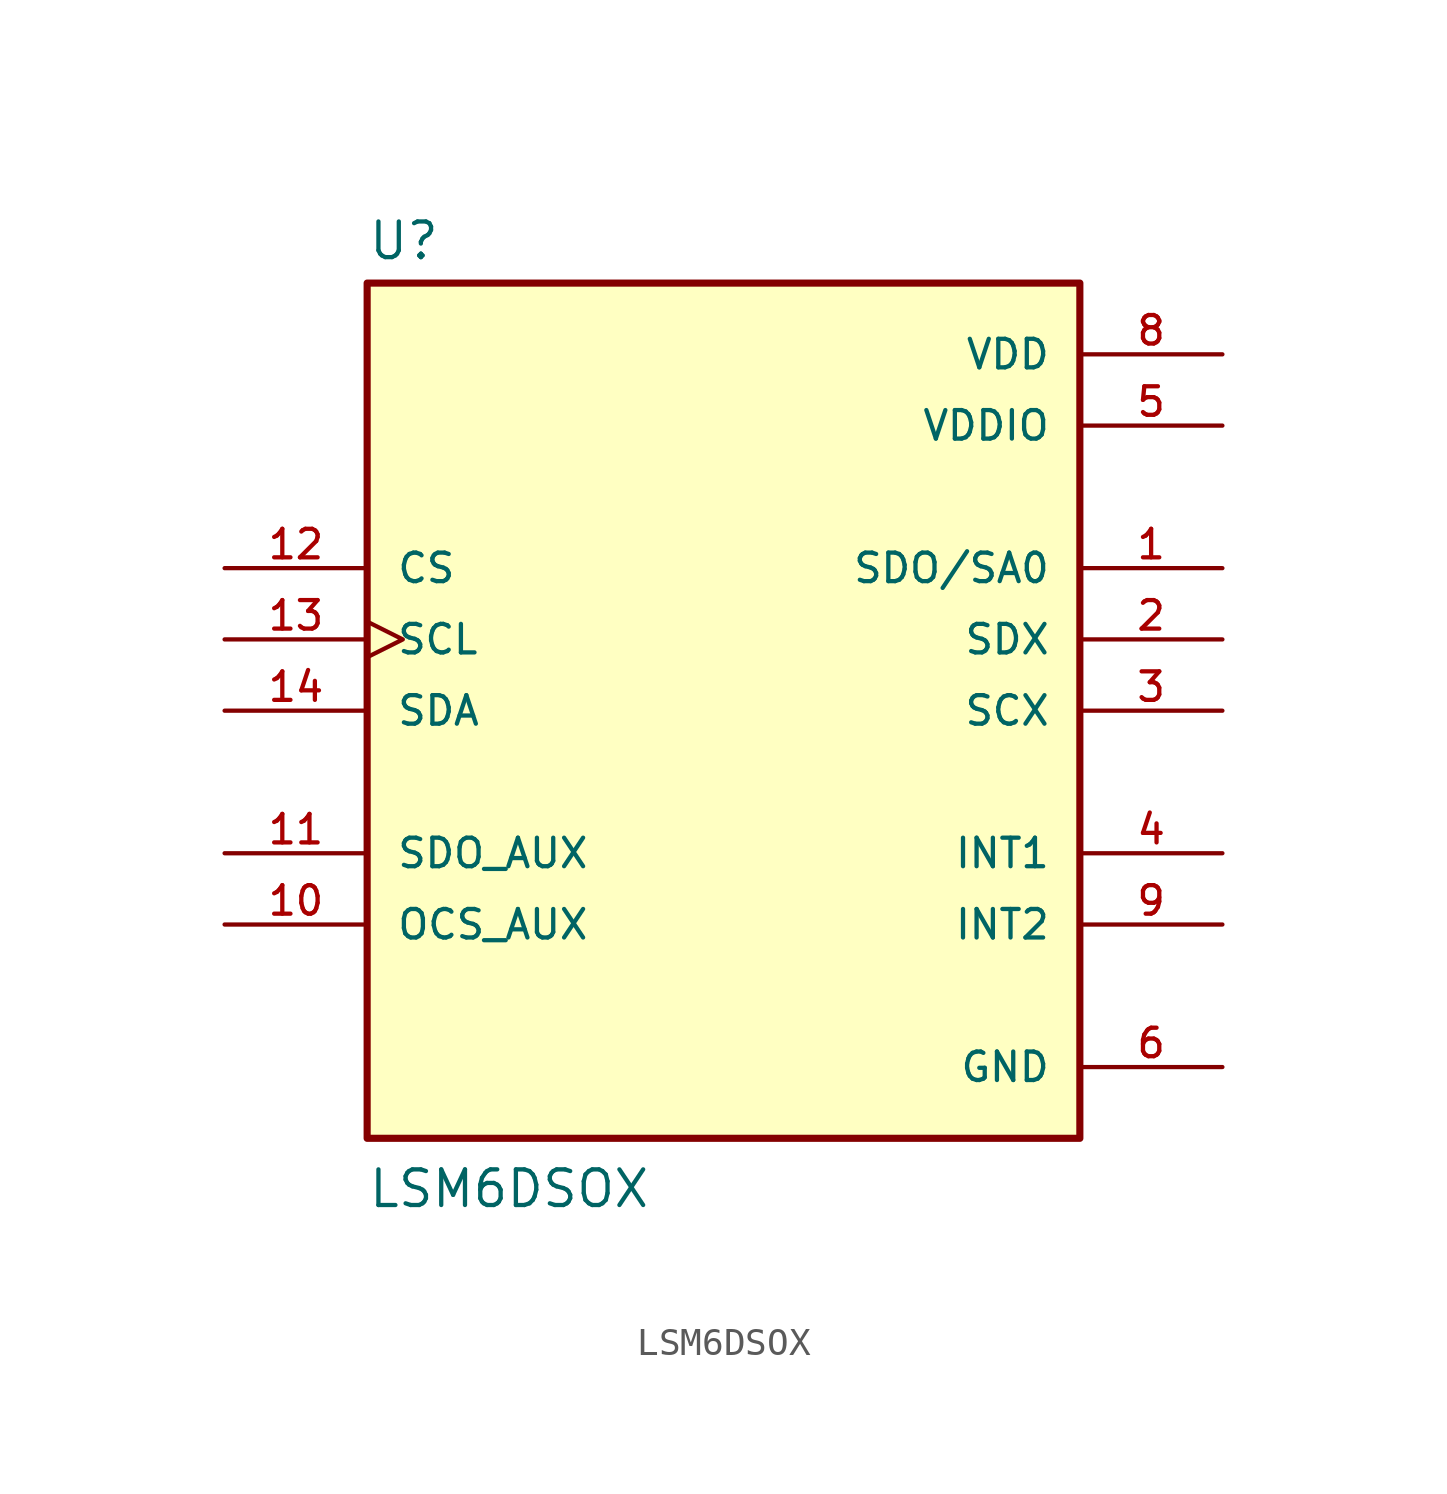
<source format=kicad_sym>
(kicad_symbol_lib
  (version 20241209)
  (generator "kicad_symbol_editor")
  (generator_version "9.0")
  (symbol "LSM6DSOX"
    (pin_names
      (offset 1.016))
    (property "Reference" "U"
      (at -12.7 16.002 0)
      (effects (font (size 1.27 1.27)) (justify left bottom)))
    (property "Value" "LSM6DSOX"
      (at -12.7 -17.78 0)
      (effects (font (size 1.27 1.27)) (justify left bottom)))
    (symbol "LSM6DSOX_0_0"
      (rectangle (start -12.7 -15.24) (end 12.7 15.24) (stroke (width 0.254) (type default)) (fill (type background)))
      (pin input line (at -17.78 5.08 0) (length 5.08) (name "CS" (effects (font (size 1.016 1.016)))) (number "12" (effects (font (size 1.016 1.016)))))
      (pin input clock (at -17.78 2.54 0) (length 5.08) (name "SCL" (effects (font (size 1.016 1.016)))) (number "13" (effects (font (size 1.016 1.016)))))
      (pin bidirectional line (at -17.78 0 0) (length 5.08) (name "SDA" (effects (font (size 1.016 1.016)))) (number "14" (effects (font (size 1.016 1.016)))))
      (pin bidirectional line (at -17.78 -5.08 0) (length 5.08) (name "SDO_AUX" (effects (font (size 1.016 1.016)))) (number "11" (effects (font (size 1.016 1.016)))))
      (pin bidirectional line (at -17.78 -7.62 0) (length 5.08) (name "OCS_AUX" (effects (font (size 1.016 1.016)))) (number "10" (effects (font (size 1.016 1.016)))))
      (pin power_in line (at 17.78 12.7 180) (length 5.08) (name "VDD" (effects (font (size 1.016 1.016)))) (number "8" (effects (font (size 1.016 1.016)))))
      (pin power_in line (at 17.78 10.16 180) (length 5.08) (name "VDDIO" (effects (font (size 1.016 1.016)))) (number "5" (effects (font (size 1.016 1.016)))))
      (pin bidirectional line (at 17.78 5.08 180) (length 5.08) (name "SDO/SA0" (effects (font (size 1.016 1.016)))) (number "1" (effects (font (size 1.016 1.016)))))
      (pin bidirectional line (at 17.78 2.54 180) (length 5.08) (name "SDX" (effects (font (size 1.016 1.016)))) (number "2" (effects (font (size 1.016 1.016)))))
      (pin bidirectional line (at 17.78 0 180) (length 5.08) (name "SCX" (effects (font (size 1.016 1.016)))) (number "3" (effects (font (size 1.016 1.016)))))
      (pin output line (at 17.78 -5.08 180) (length 5.08) (name "INT1" (effects (font (size 1.016 1.016)))) (number "4" (effects (font (size 1.016 1.016)))))
      (pin output line (at 17.78 -7.62 180) (length 5.08) (name "INT2" (effects (font (size 1.016 1.016)))) (number "9" (effects (font (size 1.016 1.016)))))
      (pin power_in line (at 17.78 -12.7 180) (length 5.08) (name "GND" (effects (font (size 1.016 1.016)))) (number "6" (effects (font (size 1.016 1.016)))))
      (pin power_in line (at 17.78 -12.7 180) (length 5.08) (hide yes) (name "GND" (effects (font (size 1.016 1.016)))) (number "7" (effects (font (size 1.016 1.016))))))))
</source>
